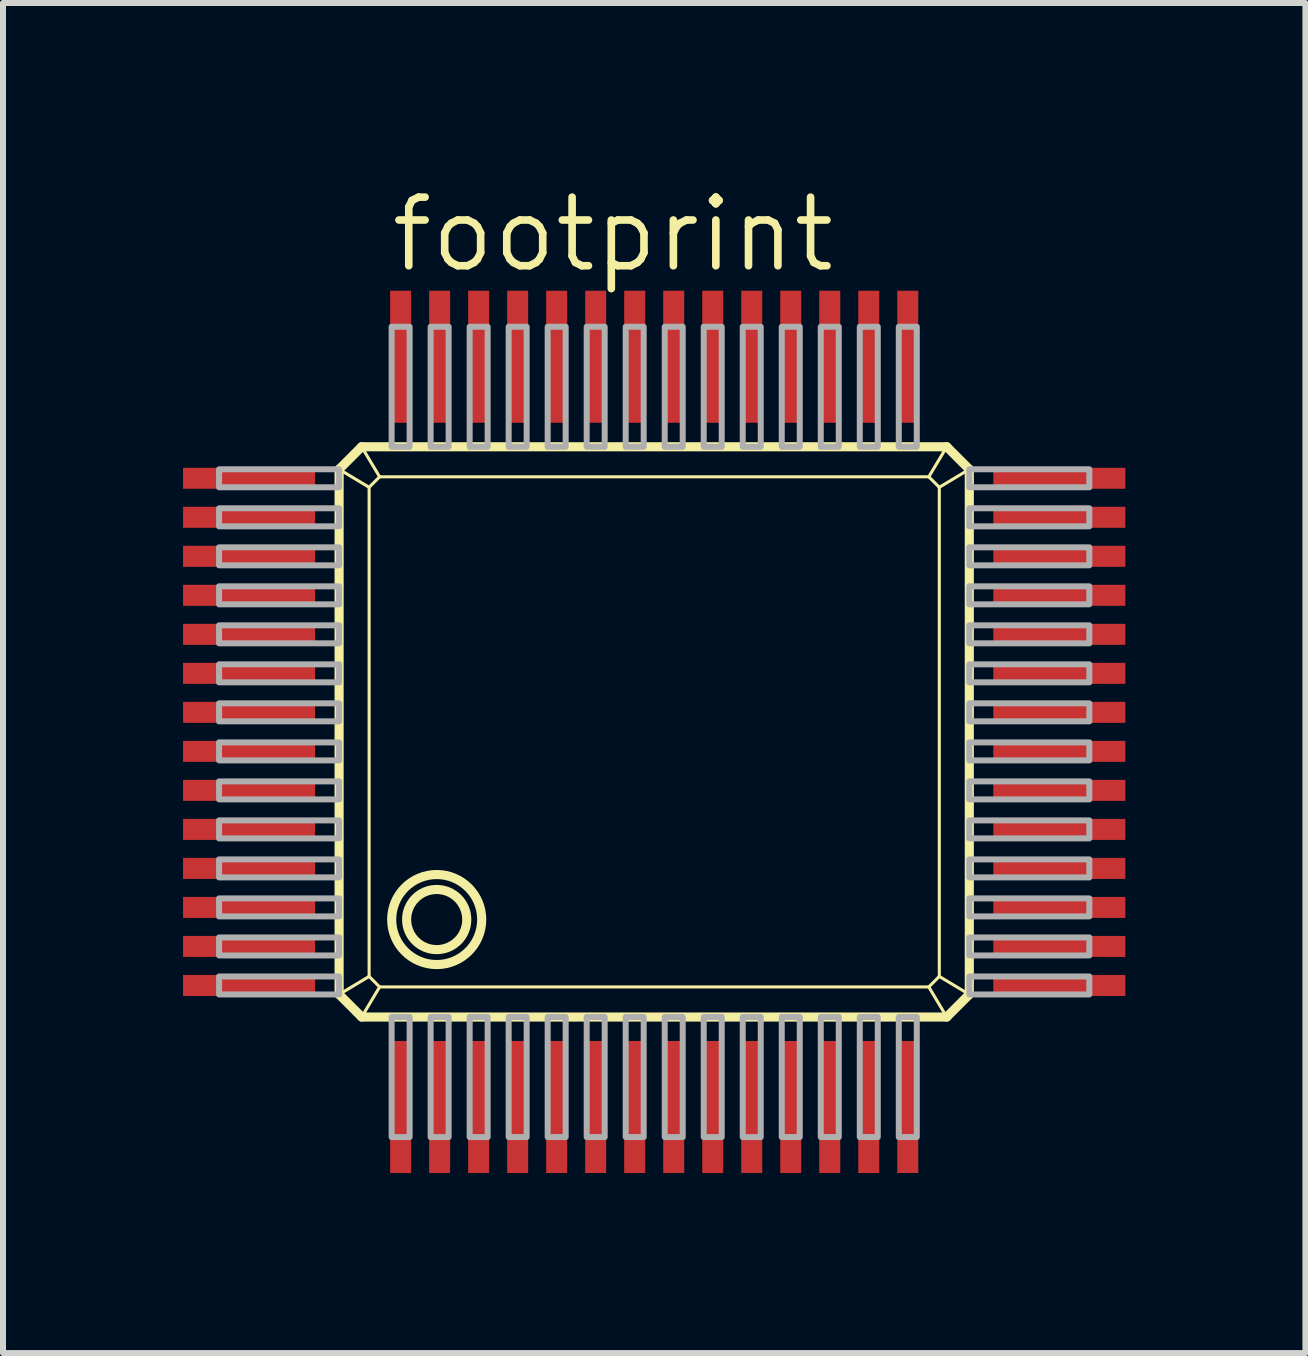
<source format=kicad_pcb>
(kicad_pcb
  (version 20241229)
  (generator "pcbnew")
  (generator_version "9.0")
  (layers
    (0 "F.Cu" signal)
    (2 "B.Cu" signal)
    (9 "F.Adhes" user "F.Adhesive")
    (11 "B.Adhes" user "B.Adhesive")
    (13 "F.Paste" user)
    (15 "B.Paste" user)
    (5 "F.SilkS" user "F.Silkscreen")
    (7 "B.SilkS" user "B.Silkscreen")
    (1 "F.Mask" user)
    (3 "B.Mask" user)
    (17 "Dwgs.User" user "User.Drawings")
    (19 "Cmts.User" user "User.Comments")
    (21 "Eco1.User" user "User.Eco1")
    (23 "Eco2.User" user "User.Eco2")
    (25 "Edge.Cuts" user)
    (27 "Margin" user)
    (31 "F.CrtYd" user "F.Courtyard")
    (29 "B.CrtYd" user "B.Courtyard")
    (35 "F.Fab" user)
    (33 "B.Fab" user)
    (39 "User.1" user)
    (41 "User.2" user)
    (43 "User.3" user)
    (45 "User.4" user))
  (footprint "footprint"
    (layer "F.Cu")
    (at 7.85 9.144)
    (property "Reference" "footprint" (at -4.445 -7.62 0) (layer "F.SilkS") (effects (font (size 1.143 1.143) (thickness 0.127)) (justify left bottom)))
    (fp_line (start -5.25 -4.375) (end -4.875 -4.75) (stroke (width 0.152) (type solid)) (layer "F.SilkS"))
    (fp_line (start -5.25 -4.375) (end -4.75 -4.075) (stroke (width 0.051) (type solid)) (layer "F.SilkS"))
    (fp_line (start -5.25 4.375) (end -5.25 -4.375) (stroke (width 0.152) (type solid)) (layer "F.SilkS"))
    (fp_line (start -5.25 4.375) (end -4.75 4.075) (stroke (width 0.051) (type solid)) (layer "F.SilkS"))
    (fp_line (start -4.875 -4.75) (end -4.575 -4.25) (stroke (width 0.051) (type solid)) (layer "F.SilkS"))
    (fp_line (start -4.875 -4.75) (end 4.875 -4.75) (stroke (width 0.152) (type solid)) (layer "F.SilkS"))
    (fp_line (start -4.874 4.751) (end -5.25 4.375) (stroke (width 0.152) (type solid)) (layer "F.SilkS"))
    (fp_line (start -4.874 4.751) (end -4.575 4.25) (stroke (width 0.051) (type solid)) (layer "F.SilkS"))
    (fp_line (start -4.75 -4.075) (end -4.575 -4.25) (stroke (width 0.051) (type solid)) (layer "F.SilkS"))
    (fp_line (start -4.75 4.075) (end -4.75 -4.075) (stroke (width 0.051) (type solid)) (layer "F.SilkS"))
    (fp_line (start -4.575 -4.25) (end 4.575 -4.25) (stroke (width 0.051) (type solid)) (layer "F.SilkS"))
    (fp_line (start -4.575 4.25) (end -4.75 4.075) (stroke (width 0.051) (type solid)) (layer "F.SilkS"))
    (fp_line (start 4.575 -4.25) (end 4.75 -4.075) (stroke (width 0.051) (type solid)) (layer "F.SilkS"))
    (fp_line (start 4.575 4.25) (end -4.575 4.25) (stroke (width 0.051) (type solid)) (layer "F.SilkS"))
    (fp_line (start 4.75 -4.075) (end 4.75 4.075) (stroke (width 0.051) (type solid)) (layer "F.SilkS"))
    (fp_line (start 4.75 4.075) (end 4.575 4.25) (stroke (width 0.051) (type solid)) (layer "F.SilkS"))
    (fp_line (start 4.874 4.751) (end -4.874 4.751) (stroke (width 0.152) (type solid)) (layer "F.SilkS"))
    (fp_line (start 4.874 4.751) (end 4.575 4.25) (stroke (width 0.051) (type solid)) (layer "F.SilkS"))
    (fp_line (start 4.875 -4.75) (end 4.575 -4.25) (stroke (width 0.051) (type solid)) (layer "F.SilkS"))
    (fp_line (start 4.875 -4.75) (end 5.25 -4.375) (stroke (width 0.152) (type solid)) (layer "F.SilkS"))
    (fp_line (start 5.25 -4.375) (end 4.75 -4.075) (stroke (width 0.051) (type solid)) (layer "F.SilkS"))
    (fp_line (start 5.25 -4.375) (end 5.25 4.375) (stroke (width 0.152) (type solid)) (layer "F.SilkS"))
    (fp_line (start 5.25 4.375) (end 4.75 4.075) (stroke (width 0.051) (type solid)) (layer "F.SilkS"))
    (fp_line (start 5.25 4.375) (end 4.874 4.751) (stroke (width 0.152) (type solid)) (layer "F.SilkS"))
    (fp_circle (center -3.624 3.127) (end -3.123 3.127) (stroke (width 0.152) (type solid)) (fill no) (layer "F.SilkS"))
    (fp_circle (center -3.624 3.127) (end -2.874 3.127) (stroke (width 0.152) (type solid)) (fill no) (layer "F.SilkS"))
    (fp_poly (pts (xy -7.25 -4.075) (xy -5.25 -4.075) (xy -5.25 -4.375) (xy -7.25 -4.375)) (stroke (width 0.1) (type solid)) (fill no) (layer "F.Fab"))
    (fp_poly (pts (xy -7.25 -3.425) (xy -5.25 -3.425) (xy -5.25 -3.725) (xy -7.25 -3.725)) (stroke (width 0.1) (type solid)) (fill no) (layer "F.Fab"))
    (fp_poly (pts (xy -7.25 -2.775) (xy -5.25 -2.775) (xy -5.25 -3.075) (xy -7.25 -3.075)) (stroke (width 0.1) (type solid)) (fill no) (layer "F.Fab"))
    (fp_poly (pts (xy -7.25 -2.125) (xy -5.25 -2.125) (xy -5.25 -2.425) (xy -7.25 -2.425)) (stroke (width 0.1) (type solid)) (fill no) (layer "F.Fab"))
    (fp_poly (pts (xy -7.25 -1.475) (xy -5.25 -1.475) (xy -5.25 -1.775) (xy -7.25 -1.775)) (stroke (width 0.1) (type solid)) (fill no) (layer "F.Fab"))
    (fp_poly (pts (xy -7.25 -0.825) (xy -5.25 -0.825) (xy -5.25 -1.125) (xy -7.25 -1.125)) (stroke (width 0.1) (type solid)) (fill no) (layer "F.Fab"))
    (fp_poly (pts (xy -7.25 -0.175) (xy -5.25 -0.175) (xy -5.25 -0.475) (xy -7.25 -0.475)) (stroke (width 0.1) (type solid)) (fill no) (layer "F.Fab"))
    (fp_poly (pts (xy -7.25 0.475) (xy -5.25 0.475) (xy -5.25 0.175) (xy -7.25 0.175)) (stroke (width 0.1) (type solid)) (fill no) (layer "F.Fab"))
    (fp_poly (pts (xy -7.25 1.125) (xy -5.25 1.125) (xy -5.25 0.825) (xy -7.25 0.825)) (stroke (width 0.1) (type solid)) (fill no) (layer "F.Fab"))
    (fp_poly (pts (xy -7.25 1.775) (xy -5.25 1.775) (xy -5.25 1.475) (xy -7.25 1.475)) (stroke (width 0.1) (type solid)) (fill no) (layer "F.Fab"))
    (fp_poly (pts (xy -7.25 2.425) (xy -5.25 2.425) (xy -5.25 2.125) (xy -7.25 2.125)) (stroke (width 0.1) (type solid)) (fill no) (layer "F.Fab"))
    (fp_poly (pts (xy -7.25 3.075) (xy -5.25 3.075) (xy -5.25 2.775) (xy -7.25 2.775)) (stroke (width 0.1) (type solid)) (fill no) (layer "F.Fab"))
    (fp_poly (pts (xy -7.25 3.725) (xy -5.25 3.725) (xy -5.25 3.425) (xy -7.25 3.425)) (stroke (width 0.1) (type solid)) (fill no) (layer "F.Fab"))
    (fp_poly (pts (xy -7.25 4.375) (xy -5.25 4.375) (xy -5.25 4.075) (xy -7.25 4.075)) (stroke (width 0.1) (type solid)) (fill no) (layer "F.Fab"))
    (fp_poly (pts (xy -4.375 -4.75) (xy -4.075 -4.75) (xy -4.075 -6.75) (xy -4.375 -6.75)) (stroke (width 0.1) (type solid)) (fill no) (layer "F.Fab"))
    (fp_poly (pts (xy -4.375 6.751) (xy -4.075 6.751) (xy -4.075 4.751) (xy -4.375 4.751)) (stroke (width 0.1) (type solid)) (fill no) (layer "F.Fab"))
    (fp_poly (pts (xy -3.725 -4.75) (xy -3.425 -4.75) (xy -3.425 -6.75) (xy -3.725 -6.75)) (stroke (width 0.1) (type solid)) (fill no) (layer "F.Fab"))
    (fp_poly (pts (xy -3.725 6.751) (xy -3.425 6.751) (xy -3.425 4.751) (xy -3.725 4.751)) (stroke (width 0.1) (type solid)) (fill no) (layer "F.Fab"))
    (fp_poly (pts (xy -3.075 -4.75) (xy -2.775 -4.75) (xy -2.775 -6.75) (xy -3.075 -6.75)) (stroke (width 0.1) (type solid)) (fill no) (layer "F.Fab"))
    (fp_poly (pts (xy -3.075 6.751) (xy -2.775 6.751) (xy -2.775 4.751) (xy -3.075 4.751)) (stroke (width 0.1) (type solid)) (fill no) (layer "F.Fab"))
    (fp_poly (pts (xy -2.425 -4.75) (xy -2.125 -4.75) (xy -2.125 -6.75) (xy -2.425 -6.75)) (stroke (width 0.1) (type solid)) (fill no) (layer "F.Fab"))
    (fp_poly (pts (xy -2.425 6.751) (xy -2.125 6.751) (xy -2.125 4.751) (xy -2.425 4.751)) (stroke (width 0.1) (type solid)) (fill no) (layer "F.Fab"))
    (fp_poly (pts (xy -1.775 -4.75) (xy -1.475 -4.75) (xy -1.475 -6.75) (xy -1.775 -6.75)) (stroke (width 0.1) (type solid)) (fill no) (layer "F.Fab"))
    (fp_poly (pts (xy -1.775 6.751) (xy -1.475 6.751) (xy -1.475 4.751) (xy -1.775 4.751)) (stroke (width 0.1) (type solid)) (fill no) (layer "F.Fab"))
    (fp_poly (pts (xy -1.125 -4.75) (xy -0.825 -4.75) (xy -0.825 -6.75) (xy -1.125 -6.75)) (stroke (width 0.1) (type solid)) (fill no) (layer "F.Fab"))
    (fp_poly (pts (xy -1.125 6.751) (xy -0.825 6.751) (xy -0.825 4.751) (xy -1.125 4.751)) (stroke (width 0.1) (type solid)) (fill no) (layer "F.Fab"))
    (fp_poly (pts (xy -0.475 -4.75) (xy -0.175 -4.75) (xy -0.175 -6.75) (xy -0.475 -6.75)) (stroke (width 0.1) (type solid)) (fill no) (layer "F.Fab"))
    (fp_poly (pts (xy -0.475 6.751) (xy -0.175 6.751) (xy -0.175 4.751) (xy -0.475 4.751)) (stroke (width 0.1) (type solid)) (fill no) (layer "F.Fab"))
    (fp_poly (pts (xy 0.175 -4.75) (xy 0.475 -4.75) (xy 0.475 -6.75) (xy 0.175 -6.75)) (stroke (width 0.1) (type solid)) (fill no) (layer "F.Fab"))
    (fp_poly (pts (xy 0.175 6.751) (xy 0.475 6.751) (xy 0.475 4.751) (xy 0.175 4.751)) (stroke (width 0.1) (type solid)) (fill no) (layer "F.Fab"))
    (fp_poly (pts (xy 0.825 -4.75) (xy 1.125 -4.75) (xy 1.125 -6.75) (xy 0.825 -6.75)) (stroke (width 0.1) (type solid)) (fill no) (layer "F.Fab"))
    (fp_poly (pts (xy 0.825 6.751) (xy 1.125 6.751) (xy 1.125 4.751) (xy 0.825 4.751)) (stroke (width 0.1) (type solid)) (fill no) (layer "F.Fab"))
    (fp_poly (pts (xy 1.475 -4.75) (xy 1.775 -4.75) (xy 1.775 -6.75) (xy 1.475 -6.75)) (stroke (width 0.1) (type solid)) (fill no) (layer "F.Fab"))
    (fp_poly (pts (xy 1.475 6.751) (xy 1.775 6.751) (xy 1.775 4.751) (xy 1.475 4.751)) (stroke (width 0.1) (type solid)) (fill no) (layer "F.Fab"))
    (fp_poly (pts (xy 2.125 -4.75) (xy 2.425 -4.75) (xy 2.425 -6.75) (xy 2.125 -6.75)) (stroke (width 0.1) (type solid)) (fill no) (layer "F.Fab"))
    (fp_poly (pts (xy 2.125 6.751) (xy 2.425 6.751) (xy 2.425 4.751) (xy 2.125 4.751)) (stroke (width 0.1) (type solid)) (fill no) (layer "F.Fab"))
    (fp_poly (pts (xy 2.775 -4.75) (xy 3.075 -4.75) (xy 3.075 -6.75) (xy 2.775 -6.75)) (stroke (width 0.1) (type solid)) (fill no) (layer "F.Fab"))
    (fp_poly (pts (xy 2.775 6.751) (xy 3.075 6.751) (xy 3.075 4.751) (xy 2.775 4.751)) (stroke (width 0.1) (type solid)) (fill no) (layer "F.Fab"))
    (fp_poly (pts (xy 3.425 -4.75) (xy 3.725 -4.75) (xy 3.725 -6.75) (xy 3.425 -6.75)) (stroke (width 0.1) (type solid)) (fill no) (layer "F.Fab"))
    (fp_poly (pts (xy 3.425 6.751) (xy 3.725 6.751) (xy 3.725 4.751) (xy 3.425 4.751)) (stroke (width 0.1) (type solid)) (fill no) (layer "F.Fab"))
    (fp_poly (pts (xy 4.075 -4.75) (xy 4.375 -4.75) (xy 4.375 -6.75) (xy 4.075 -6.75)) (stroke (width 0.1) (type solid)) (fill no) (layer "F.Fab"))
    (fp_poly (pts (xy 4.075 6.751) (xy 4.375 6.751) (xy 4.375 4.751) (xy 4.075 4.751)) (stroke (width 0.1) (type solid)) (fill no) (layer "F.Fab"))
    (fp_poly (pts (xy 5.25 -4.075) (xy 7.25 -4.075) (xy 7.25 -4.375) (xy 5.25 -4.375)) (stroke (width 0.1) (type solid)) (fill no) (layer "F.Fab"))
    (fp_poly (pts (xy 5.25 -3.425) (xy 7.25 -3.425) (xy 7.25 -3.725) (xy 5.25 -3.725)) (stroke (width 0.1) (type solid)) (fill no) (layer "F.Fab"))
    (fp_poly (pts (xy 5.25 -2.775) (xy 7.25 -2.775) (xy 7.25 -3.075) (xy 5.25 -3.075)) (stroke (width 0.1) (type solid)) (fill no) (layer "F.Fab"))
    (fp_poly (pts (xy 5.25 -2.125) (xy 7.25 -2.125) (xy 7.25 -2.425) (xy 5.25 -2.425)) (stroke (width 0.1) (type solid)) (fill no) (layer "F.Fab"))
    (fp_poly (pts (xy 5.25 -1.475) (xy 7.25 -1.475) (xy 7.25 -1.775) (xy 5.25 -1.775)) (stroke (width 0.1) (type solid)) (fill no) (layer "F.Fab"))
    (fp_poly (pts (xy 5.25 -0.825) (xy 7.25 -0.825) (xy 7.25 -1.125) (xy 5.25 -1.125)) (stroke (width 0.1) (type solid)) (fill no) (layer "F.Fab"))
    (fp_poly (pts (xy 5.25 -0.175) (xy 7.25 -0.175) (xy 7.25 -0.475) (xy 5.25 -0.475)) (stroke (width 0.1) (type solid)) (fill no) (layer "F.Fab"))
    (fp_poly (pts (xy 5.25 0.475) (xy 7.25 0.475) (xy 7.25 0.175) (xy 5.25 0.175)) (stroke (width 0.1) (type solid)) (fill no) (layer "F.Fab"))
    (fp_poly (pts (xy 5.25 1.125) (xy 7.25 1.125) (xy 7.25 0.825) (xy 5.25 0.825)) (stroke (width 0.1) (type solid)) (fill no) (layer "F.Fab"))
    (fp_poly (pts (xy 5.25 1.775) (xy 7.25 1.775) (xy 7.25 1.475) (xy 5.25 1.475)) (stroke (width 0.1) (type solid)) (fill no) (layer "F.Fab"))
    (fp_poly (pts (xy 5.25 2.425) (xy 7.25 2.425) (xy 7.25 2.125) (xy 5.25 2.125)) (stroke (width 0.1) (type solid)) (fill no) (layer "F.Fab"))
    (fp_poly (pts (xy 5.25 3.075) (xy 7.25 3.075) (xy 7.25 2.775) (xy 5.25 2.775)) (stroke (width 0.1) (type solid)) (fill no) (layer "F.Fab"))
    (fp_poly (pts (xy 5.25 3.725) (xy 7.25 3.725) (xy 7.25 3.425) (xy 5.25 3.425)) (stroke (width 0.1) (type solid)) (fill no) (layer "F.Fab"))
    (fp_poly (pts (xy 5.25 4.375) (xy 7.25 4.375) (xy 7.25 4.075) (xy 5.25 4.075)) (stroke (width 0.1) (type solid)) (fill no) (layer "F.Fab"))
    (pad "1" smd rect (at -4.225 6.25) (size 0.35 2.2) (layers "F.Cu" "F.Mask" "F.Paste"))
    (pad "2" smd rect (at -3.575 6.25) (size 0.35 2.2) (layers "F.Cu" "F.Mask" "F.Paste"))
    (pad "3" smd rect (at -2.925 6.25) (size 0.35 2.2) (layers "F.Cu" "F.Mask" "F.Paste"))
    (pad "4" smd rect (at -2.275 6.25) (size 0.35 2.2) (layers "F.Cu" "F.Mask" "F.Paste"))
    (pad "5" smd rect (at -1.625 6.25) (size 0.35 2.2) (layers "F.Cu" "F.Mask" "F.Paste"))
    (pad "6" smd rect (at -0.975 6.25) (size 0.35 2.2) (layers "F.Cu" "F.Mask" "F.Paste"))
    (pad "7" smd rect (at -0.325 6.25) (size 0.35 2.2) (layers "F.Cu" "F.Mask" "F.Paste"))
    (pad "8" smd rect (at 0.325 6.25) (size 0.35 2.2) (layers "F.Cu" "F.Mask" "F.Paste"))
    (pad "9" smd rect (at 0.975 6.25) (size 0.35 2.2) (layers "F.Cu" "F.Mask" "F.Paste"))
    (pad "10" smd rect (at 1.625 6.25) (size 0.35 2.2) (layers "F.Cu" "F.Mask" "F.Paste"))
    (pad "11" smd rect (at 2.275 6.25) (size 0.35 2.2) (layers "F.Cu" "F.Mask" "F.Paste"))
    (pad "12" smd rect (at 2.925 6.25) (size 0.35 2.2) (layers "F.Cu" "F.Mask" "F.Paste"))
    (pad "13" smd rect (at 3.575 6.25) (size 0.35 2.2) (layers "F.Cu" "F.Mask" "F.Paste"))
    (pad "14" smd rect (at 4.225 6.25) (size 0.35 2.2) (layers "F.Cu" "F.Mask" "F.Paste"))
    (pad "15" smd rect (at 6.75 4.225) (size 2.2 0.35) (layers "F.Cu" "F.Mask" "F.Paste"))
    (pad "16" smd rect (at 6.75 3.575) (size 2.2 0.35) (layers "F.Cu" "F.Mask" "F.Paste"))
    (pad "17" smd rect (at 6.75 2.925) (size 2.2 0.35) (layers "F.Cu" "F.Mask" "F.Paste"))
    (pad "18" smd rect (at 6.75 2.275) (size 2.2 0.35) (layers "F.Cu" "F.Mask" "F.Paste"))
    (pad "19" smd rect (at 6.75 1.625) (size 2.2 0.35) (layers "F.Cu" "F.Mask" "F.Paste"))
    (pad "20" smd rect (at 6.75 0.975) (size 2.2 0.35) (layers "F.Cu" "F.Mask" "F.Paste"))
    (pad "21" smd rect (at 6.75 0.325) (size 2.2 0.35) (layers "F.Cu" "F.Mask" "F.Paste"))
    (pad "22" smd rect (at 6.75 -0.325) (size 2.2 0.35) (layers "F.Cu" "F.Mask" "F.Paste"))
    (pad "23" smd rect (at 6.75 -0.975) (size 2.2 0.35) (layers "F.Cu" "F.Mask" "F.Paste"))
    (pad "24" smd rect (at 6.75 -1.625) (size 2.2 0.35) (layers "F.Cu" "F.Mask" "F.Paste"))
    (pad "25" smd rect (at 6.75 -2.275) (size 2.2 0.35) (layers "F.Cu" "F.Mask" "F.Paste"))
    (pad "26" smd rect (at 6.75 -2.925) (size 2.2 0.35) (layers "F.Cu" "F.Mask" "F.Paste"))
    (pad "27" smd rect (at 6.75 -3.575) (size 2.2 0.35) (layers "F.Cu" "F.Mask" "F.Paste"))
    (pad "28" smd rect (at 6.75 -4.225) (size 2.2 0.35) (layers "F.Cu" "F.Mask" "F.Paste"))
    (pad "29" smd rect (at 4.225 -6.25) (size 0.35 2.2) (layers "F.Cu" "F.Mask" "F.Paste"))
    (pad "30" smd rect (at 3.575 -6.25) (size 0.35 2.2) (layers "F.Cu" "F.Mask" "F.Paste"))
    (pad "31" smd rect (at 2.925 -6.25) (size 0.35 2.2) (layers "F.Cu" "F.Mask" "F.Paste"))
    (pad "32" smd rect (at 2.275 -6.25) (size 0.35 2.2) (layers "F.Cu" "F.Mask" "F.Paste"))
    (pad "33" smd rect (at 1.625 -6.25) (size 0.35 2.2) (layers "F.Cu" "F.Mask" "F.Paste"))
    (pad "34" smd rect (at 0.975 -6.25) (size 0.35 2.2) (layers "F.Cu" "F.Mask" "F.Paste"))
    (pad "35" smd rect (at 0.325 -6.25) (size 0.35 2.2) (layers "F.Cu" "F.Mask" "F.Paste"))
    (pad "36" smd rect (at -0.325 -6.25) (size 0.35 2.2) (layers "F.Cu" "F.Mask" "F.Paste"))
    (pad "37" smd rect (at -0.975 -6.25) (size 0.35 2.2) (layers "F.Cu" "F.Mask" "F.Paste"))
    (pad "38" smd rect (at -1.625 -6.25) (size 0.35 2.2) (layers "F.Cu" "F.Mask" "F.Paste"))
    (pad "39" smd rect (at -2.275 -6.25) (size 0.35 2.2) (layers "F.Cu" "F.Mask" "F.Paste"))
    (pad "40" smd rect (at -2.925 -6.25) (size 0.35 2.2) (layers "F.Cu" "F.Mask" "F.Paste"))
    (pad "41" smd rect (at -3.575 -6.25) (size 0.35 2.2) (layers "F.Cu" "F.Mask" "F.Paste"))
    (pad "42" smd rect (at -4.225 -6.25) (size 0.35 2.2) (layers "F.Cu" "F.Mask" "F.Paste"))
    (pad "43" smd rect (at -6.75 -4.225) (size 2.2 0.35) (layers "F.Cu" "F.Mask" "F.Paste"))
    (pad "44" smd rect (at -6.75 -3.575) (size 2.2 0.35) (layers "F.Cu" "F.Mask" "F.Paste"))
    (pad "45" smd rect (at -6.75 -2.925) (size 2.2 0.35) (layers "F.Cu" "F.Mask" "F.Paste"))
    (pad "46" smd rect (at -6.75 -2.275) (size 2.2 0.35) (layers "F.Cu" "F.Mask" "F.Paste"))
    (pad "47" smd rect (at -6.75 -1.625) (size 2.2 0.35) (layers "F.Cu" "F.Mask" "F.Paste"))
    (pad "48" smd rect (at -6.75 -0.975) (size 2.2 0.35) (layers "F.Cu" "F.Mask" "F.Paste"))
    (pad "49" smd rect (at -6.75 -0.325) (size 2.2 0.35) (layers "F.Cu" "F.Mask" "F.Paste"))
    (pad "50" smd rect (at -6.75 0.325) (size 2.2 0.35) (layers "F.Cu" "F.Mask" "F.Paste"))
    (pad "51" smd rect (at -6.75 0.975) (size 2.2 0.35) (layers "F.Cu" "F.Mask" "F.Paste"))
    (pad "52" smd rect (at -6.75 1.625) (size 2.2 0.35) (layers "F.Cu" "F.Mask" "F.Paste"))
    (pad "53" smd rect (at -6.75 2.275) (size 2.2 0.35) (layers "F.Cu" "F.Mask" "F.Paste"))
    (pad "54" smd rect (at -6.75 2.925) (size 2.2 0.35) (layers "F.Cu" "F.Mask" "F.Paste"))
    (pad "55" smd rect (at -6.75 3.575) (size 2.2 0.35) (layers "F.Cu" "F.Mask" "F.Paste"))
    (pad "56" smd rect (at -6.75 4.225) (size 2.2 0.35) (layers "F.Cu" "F.Mask" "F.Paste")))
  (gr_rect
    (start -3 -3)
    (end 18.7 19.494)
    (stroke (width 0.1) (type default))
    (fill no)
    (layer "Edge.Cuts")))
</source>
